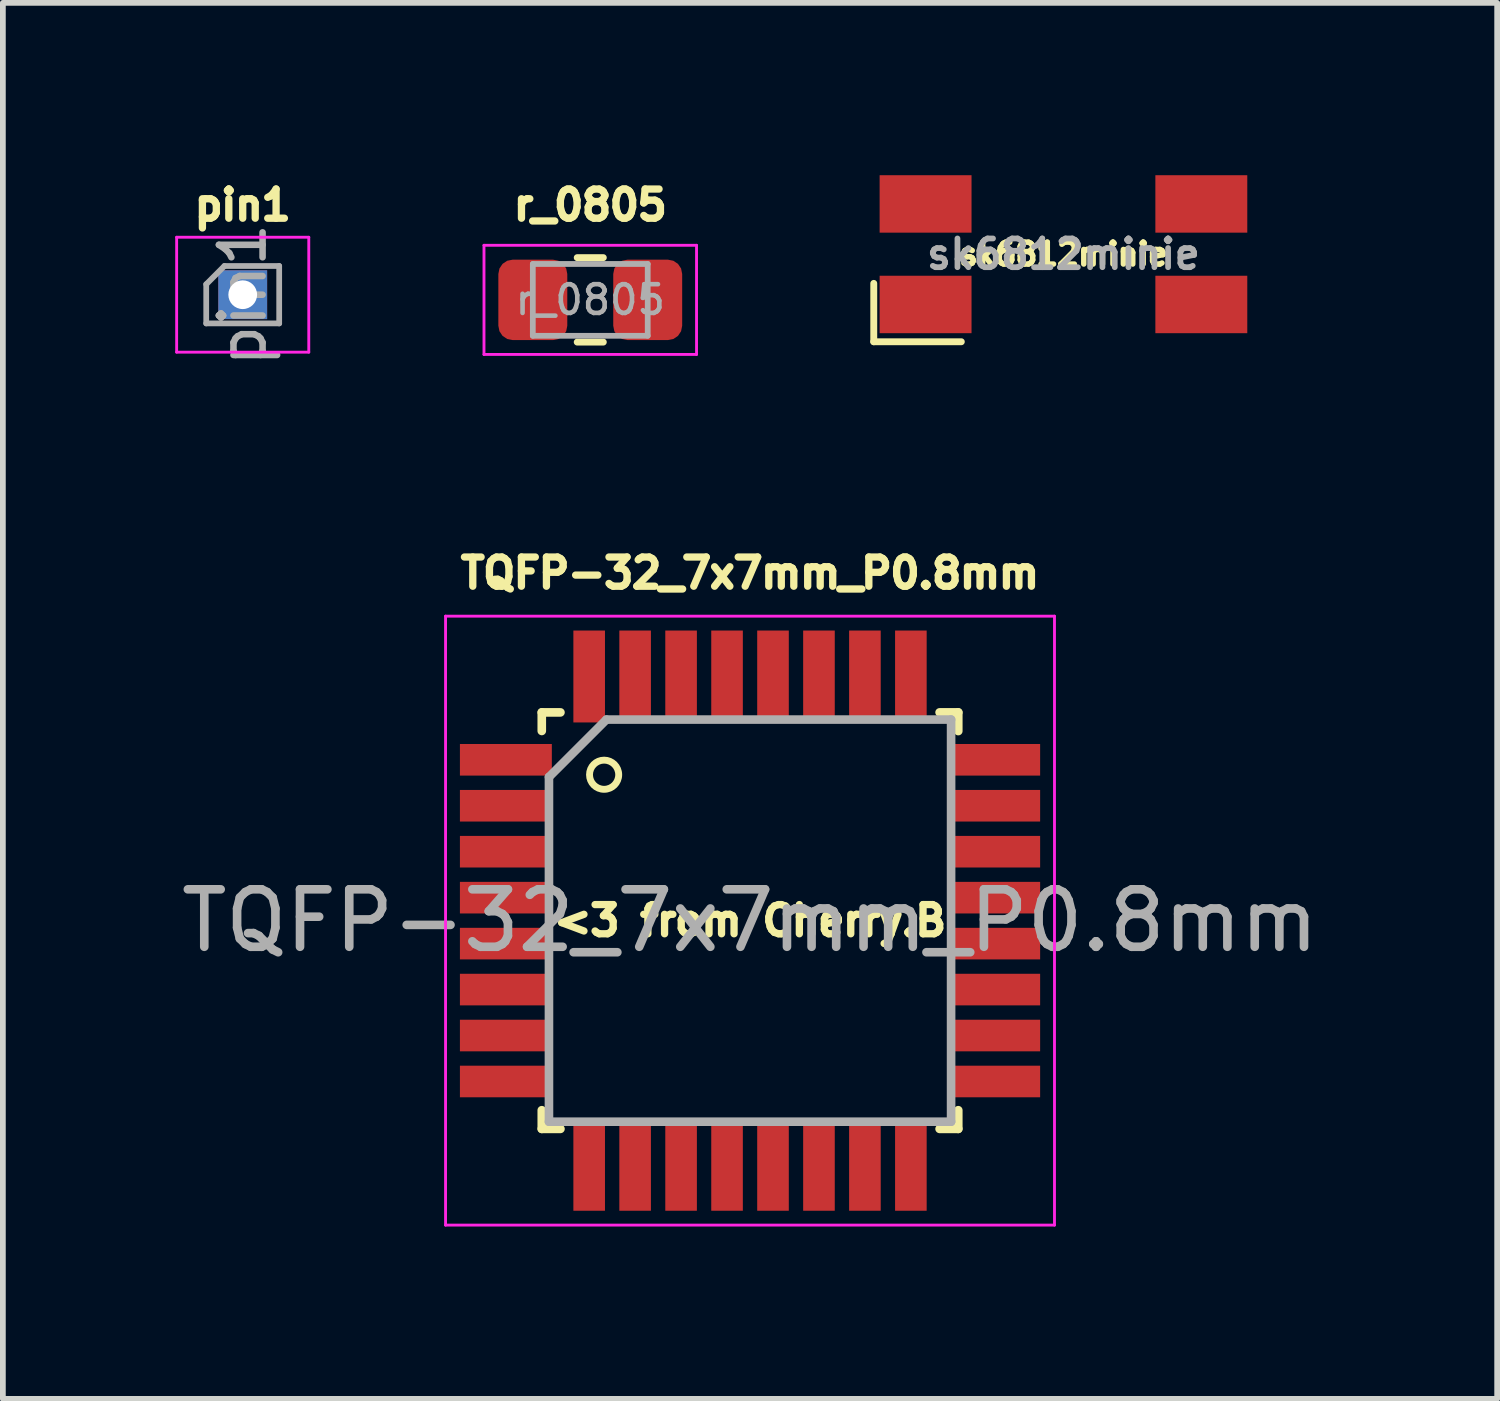
<source format=kicad_pcb>
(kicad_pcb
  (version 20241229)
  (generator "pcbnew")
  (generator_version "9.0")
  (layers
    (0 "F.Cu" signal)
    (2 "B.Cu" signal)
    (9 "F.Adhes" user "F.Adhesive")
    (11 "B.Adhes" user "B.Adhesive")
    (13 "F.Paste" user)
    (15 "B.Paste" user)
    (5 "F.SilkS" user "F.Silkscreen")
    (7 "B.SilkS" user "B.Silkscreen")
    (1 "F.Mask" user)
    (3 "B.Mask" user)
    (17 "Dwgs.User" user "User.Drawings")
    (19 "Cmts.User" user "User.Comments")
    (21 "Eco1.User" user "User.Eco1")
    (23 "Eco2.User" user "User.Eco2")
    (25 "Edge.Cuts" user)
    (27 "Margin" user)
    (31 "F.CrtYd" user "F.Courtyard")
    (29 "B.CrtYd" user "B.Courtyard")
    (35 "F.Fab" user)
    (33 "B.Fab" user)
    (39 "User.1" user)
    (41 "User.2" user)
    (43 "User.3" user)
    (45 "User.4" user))
  (footprint "pin1"
    (layer "F.Cu")
    (at 1.175 2.08)
    (property "Reference" "pin1" (at 0 -1.56 0) (layer "F.SilkS") (effects (font (size 0.508 0.508) (thickness 0.127))))
    (attr through_hole)
    (fp_line (start -1.15 -1) (end -1.15 1) (stroke (width 0.05) (type solid)) (layer "F.CrtYd"))
    (fp_line (start -1.15 1) (end 1.15 1) (stroke (width 0.05) (type solid)) (layer "F.CrtYd"))
    (fp_line (start 1.15 -1) (end -1.15 -1) (stroke (width 0.05) (type solid)) (layer "F.CrtYd"))
    (fp_line (start 1.15 1) (end 1.15 -1) (stroke (width 0.05) (type solid)) (layer "F.CrtYd"))
    (fp_line (start -0.635 -0.182) (end -0.318 -0.5) (stroke (width 0.1) (type solid)) (layer "F.Fab"))
    (fp_line (start -0.635 0.5) (end -0.635 -0.182) (stroke (width 0.1) (type solid)) (layer "F.Fab"))
    (fp_line (start -0.318 -0.5) (end 0.635 -0.5) (stroke (width 0.1) (type solid)) (layer "F.Fab"))
    (fp_line (start 0.635 -0.5) (end 0.635 0.5) (stroke (width 0.1) (type solid)) (layer "F.Fab"))
    (fp_line (start 0.635 0.5) (end -0.635 0.5) (stroke (width 0.1) (type solid)) (layer "F.Fab"))
    (fp_text user "${REFERENCE}" (at 0 0 90) (layer "F.Fab") (effects (font (size 0.76 0.76) (thickness 0.114))))
    (pad "1" thru_hole rect (at 0 0) (size 0.85 0.85) (drill 0.5) (layers "*.Cu" "*.Mask")))
  (footprint "r_0805"
    (layer "F.Cu")
    (at 7.225 2.17)
    (property "Reference" "r_0805" (at 0 -1.65 0) (layer "F.SilkS") (effects (font (size 0.508 0.508) (thickness 0.127))))
    (attr smd)
    (fp_line (start -0.227 -0.735) (end 0.227 -0.735) (stroke (width 0.12) (type solid)) (layer "F.SilkS"))
    (fp_line (start -0.227 0.735) (end 0.227 0.735) (stroke (width 0.12) (type solid)) (layer "F.SilkS"))
    (fp_line (start -1.85 -0.95) (end 1.85 -0.95) (stroke (width 0.05) (type solid)) (layer "F.CrtYd"))
    (fp_line (start -1.85 0.95) (end -1.85 -0.95) (stroke (width 0.05) (type solid)) (layer "F.CrtYd"))
    (fp_line (start 1.85 -0.95) (end 1.85 0.95) (stroke (width 0.05) (type solid)) (layer "F.CrtYd"))
    (fp_line (start 1.85 0.95) (end -1.85 0.95) (stroke (width 0.05) (type solid)) (layer "F.CrtYd"))
    (fp_line (start -1 -0.625) (end 1 -0.625) (stroke (width 0.1) (type solid)) (layer "F.Fab"))
    (fp_line (start -1 0.625) (end -1 -0.625) (stroke (width 0.1) (type solid)) (layer "F.Fab"))
    (fp_line (start 1 -0.625) (end 1 0.625) (stroke (width 0.1) (type solid)) (layer "F.Fab"))
    (fp_line (start 1 0.625) (end -1 0.625) (stroke (width 0.1) (type solid)) (layer "F.Fab"))
    (fp_text user "${REFERENCE}" (at 0 0 0) (layer "F.Fab") (effects (font (size 0.5 0.5) (thickness 0.08))))
    (pad "1" smd roundrect (at -1 0) (size 1.2 1.4) (layers "F.Cu" "F.Mask" "F.Paste") (roundrect_rratio 0.208))
    (pad "2" smd roundrect (at 1 0) (size 1.2 1.4) (layers "F.Cu" "F.Mask" "F.Paste") (roundrect_rratio 0.208)))
  (footprint "sk6812minie"
    (layer "F.Cu")
    (at 15.462 1.375)
    (property "Reference" "sk6812minie" (at 0 0 0) (layer "F.SilkS") (effects (font (size 0.381 0.381) (thickness 0.095))))
    (attr through_hole)
    (fp_line (start -3.302 0.508) (end -3.302 1.524) (stroke (width 0.12) (type solid)) (layer "F.SilkS"))
    (fp_line (start -3.302 1.524) (end -1.778 1.524) (stroke (width 0.12) (type solid)) (layer "F.SilkS"))
    (fp_text user "${REFERENCE}" (at 0 0 0) (layer "F.Fab") (effects (font (size 0.5 0.5) (thickness 0.1))))
    (pad "1" smd rect (at 2.4 -0.875) (size 1.6 1) (layers "F.Cu" "F.Mask" "F.Paste"))
    (pad "2" smd rect (at 2.4 0.875) (size 1.6 1) (layers "F.Cu" "F.Mask" "F.Paste"))
    (pad "3" smd rect (at -2.4 0.875) (size 1.6 1) (layers "F.Cu" "F.Mask" "F.Paste"))
    (pad "4" smd rect (at -2.4 -0.875) (size 1.6 1) (layers "F.Cu" "F.Mask" "F.Paste")))
  (footprint "TQFP-32_7x7mm_P0.8mm"
    (layer "F.Cu")
    (at 10.006 12.976)
    (property "Reference" "TQFP-32_7x7mm_P0.8mm" (at 0 -6.05 180) (layer "F.SilkS") (effects (font (size 0.508 0.508) (thickness 0.127))))
    (attr smd)
    (fp_line (start -3.625 -3.625) (end -3.625 -3.302) (stroke (width 0.15) (type solid)) (layer "F.SilkS"))
    (fp_line (start -3.625 -3.625) (end -3.3 -3.625) (stroke (width 0.15) (type solid)) (layer "F.SilkS"))
    (fp_line (start -3.625 3.625) (end -3.625 3.3) (stroke (width 0.15) (type solid)) (layer "F.SilkS"))
    (fp_line (start -3.625 3.625) (end -3.3 3.625) (stroke (width 0.15) (type solid)) (layer "F.SilkS"))
    (fp_line (start 3.625 -3.625) (end 3.3 -3.625) (stroke (width 0.15) (type solid)) (layer "F.SilkS"))
    (fp_line (start 3.625 -3.625) (end 3.625 -3.3) (stroke (width 0.15) (type solid)) (layer "F.SilkS"))
    (fp_line (start 3.625 3.625) (end 3.3 3.625) (stroke (width 0.15) (type solid)) (layer "F.SilkS"))
    (fp_line (start 3.625 3.625) (end 3.625 3.3) (stroke (width 0.15) (type solid)) (layer "F.SilkS"))
    (fp_circle (center -2.54 -2.54) (end -2.54 -2.794) (stroke (width 0.12) (type solid)) (fill no) (layer "F.SilkS"))
    (fp_line (start -5.3 -5.3) (end -5.3 5.3) (stroke (width 0.05) (type solid)) (layer "F.CrtYd"))
    (fp_line (start -5.3 -5.3) (end 5.3 -5.3) (stroke (width 0.05) (type solid)) (layer "F.CrtYd"))
    (fp_line (start -5.3 5.3) (end 5.3 5.3) (stroke (width 0.05) (type solid)) (layer "F.CrtYd"))
    (fp_line (start 5.3 -5.3) (end 5.3 5.3) (stroke (width 0.05) (type solid)) (layer "F.CrtYd"))
    (fp_line (start -3.5 -2.5) (end -2.5 -3.5) (stroke (width 0.15) (type solid)) (layer "F.Fab"))
    (fp_line (start -3.5 3.5) (end -3.5 -2.5) (stroke (width 0.15) (type solid)) (layer "F.Fab"))
    (fp_line (start -2.5 -3.5) (end 3.5 -3.5) (stroke (width 0.15) (type solid)) (layer "F.Fab"))
    (fp_line (start 3.5 -3.5) (end 3.5 3.5) (stroke (width 0.15) (type solid)) (layer "F.Fab"))
    (fp_line (start 3.5 3.5) (end -3.5 3.5) (stroke (width 0.15) (type solid)) (layer "F.Fab"))
    (fp_text user "<3 from Cherry.B" (at 0 0 180) (layer "F.SilkS") (effects (font (size 0.508 0.508) (thickness 0.127))))
    (fp_text user "${REFERENCE}" (at 0 0 180) (layer "F.Fab") (effects (font (size 1 1) (thickness 0.15))))
    (pad "1" smd rect (at -4.25 -2.8) (size 1.6 0.55) (layers "F.Cu" "F.Mask" "F.Paste"))
    (pad "2" smd rect (at -4.25 -2) (size 1.6 0.55) (layers "F.Cu" "F.Mask" "F.Paste"))
    (pad "3" smd rect (at -4.25 -1.2) (size 1.6 0.55) (layers "F.Cu" "F.Mask" "F.Paste"))
    (pad "4" smd rect (at -4.25 -0.4) (size 1.6 0.55) (layers "F.Cu" "F.Mask" "F.Paste"))
    (pad "5" smd rect (at -4.25 0.4) (size 1.6 0.55) (layers "F.Cu" "F.Mask" "F.Paste"))
    (pad "6" smd rect (at -4.25 1.2) (size 1.6 0.55) (layers "F.Cu" "F.Mask" "F.Paste"))
    (pad "7" smd rect (at -4.25 2) (size 1.6 0.55) (layers "F.Cu" "F.Mask" "F.Paste"))
    (pad "8" smd rect (at -4.25 2.8) (size 1.6 0.55) (layers "F.Cu" "F.Mask" "F.Paste"))
    (pad "9" smd rect (at -2.8 4.25 90) (size 1.6 0.55) (layers "F.Cu" "F.Mask" "F.Paste"))
    (pad "10" smd rect (at -2 4.25 90) (size 1.6 0.55) (layers "F.Cu" "F.Mask" "F.Paste"))
    (pad "11" smd rect (at -1.2 4.25 90) (size 1.6 0.55) (layers "F.Cu" "F.Mask" "F.Paste"))
    (pad "12" smd rect (at -0.4 4.25 90) (size 1.6 0.55) (layers "F.Cu" "F.Mask" "F.Paste"))
    (pad "13" smd rect (at 0.4 4.25 90) (size 1.6 0.55) (layers "F.Cu" "F.Mask" "F.Paste"))
    (pad "14" smd rect (at 1.2 4.25 90) (size 1.6 0.55) (layers "F.Cu" "F.Mask" "F.Paste"))
    (pad "15" smd rect (at 2 4.25 90) (size 1.6 0.55) (layers "F.Cu" "F.Mask" "F.Paste"))
    (pad "16" smd rect (at 2.8 4.25 90) (size 1.6 0.55) (layers "F.Cu" "F.Mask" "F.Paste"))
    (pad "17" smd rect (at 4.25 2.8) (size 1.6 0.55) (layers "F.Cu" "F.Mask" "F.Paste"))
    (pad "18" smd rect (at 4.25 2) (size 1.6 0.55) (layers "F.Cu" "F.Mask" "F.Paste"))
    (pad "19" smd rect (at 4.25 1.2) (size 1.6 0.55) (layers "F.Cu" "F.Mask" "F.Paste"))
    (pad "20" smd rect (at 4.25 0.4) (size 1.6 0.55) (layers "F.Cu" "F.Mask" "F.Paste"))
    (pad "21" smd rect (at 4.25 -0.4) (size 1.6 0.55) (layers "F.Cu" "F.Mask" "F.Paste"))
    (pad "22" smd rect (at 4.25 -1.2) (size 1.6 0.55) (layers "F.Cu" "F.Mask" "F.Paste"))
    (pad "23" smd rect (at 4.25 -2) (size 1.6 0.55) (layers "F.Cu" "F.Mask" "F.Paste"))
    (pad "24" smd rect (at 4.25 -2.8) (size 1.6 0.55) (layers "F.Cu" "F.Mask" "F.Paste"))
    (pad "25" smd rect (at 2.8 -4.25 90) (size 1.6 0.55) (layers "F.Cu" "F.Mask" "F.Paste"))
    (pad "26" smd rect (at 2 -4.25 90) (size 1.6 0.55) (layers "F.Cu" "F.Mask" "F.Paste"))
    (pad "27" smd rect (at 1.2 -4.25 90) (size 1.6 0.55) (layers "F.Cu" "F.Mask" "F.Paste"))
    (pad "28" smd rect (at 0.4 -4.25 90) (size 1.6 0.55) (layers "F.Cu" "F.Mask" "F.Paste"))
    (pad "29" smd rect (at -0.4 -4.25 90) (size 1.6 0.55) (layers "F.Cu" "F.Mask" "F.Paste"))
    (pad "30" smd rect (at -1.2 -4.25 90) (size 1.6 0.55) (layers "F.Cu" "F.Mask" "F.Paste"))
    (pad "31" smd rect (at -2 -4.25 90) (size 1.6 0.55) (layers "F.Cu" "F.Mask" "F.Paste"))
    (pad "32" smd rect (at -2.8 -4.25 90) (size 1.6 0.55) (layers "F.Cu" "F.Mask" "F.Paste")))
  (gr_rect
    (start -3 -3)
    (end 23.012 21.301)
    (stroke (width 0.1) (type default))
    (fill no)
    (layer "Edge.Cuts")))
</source>
